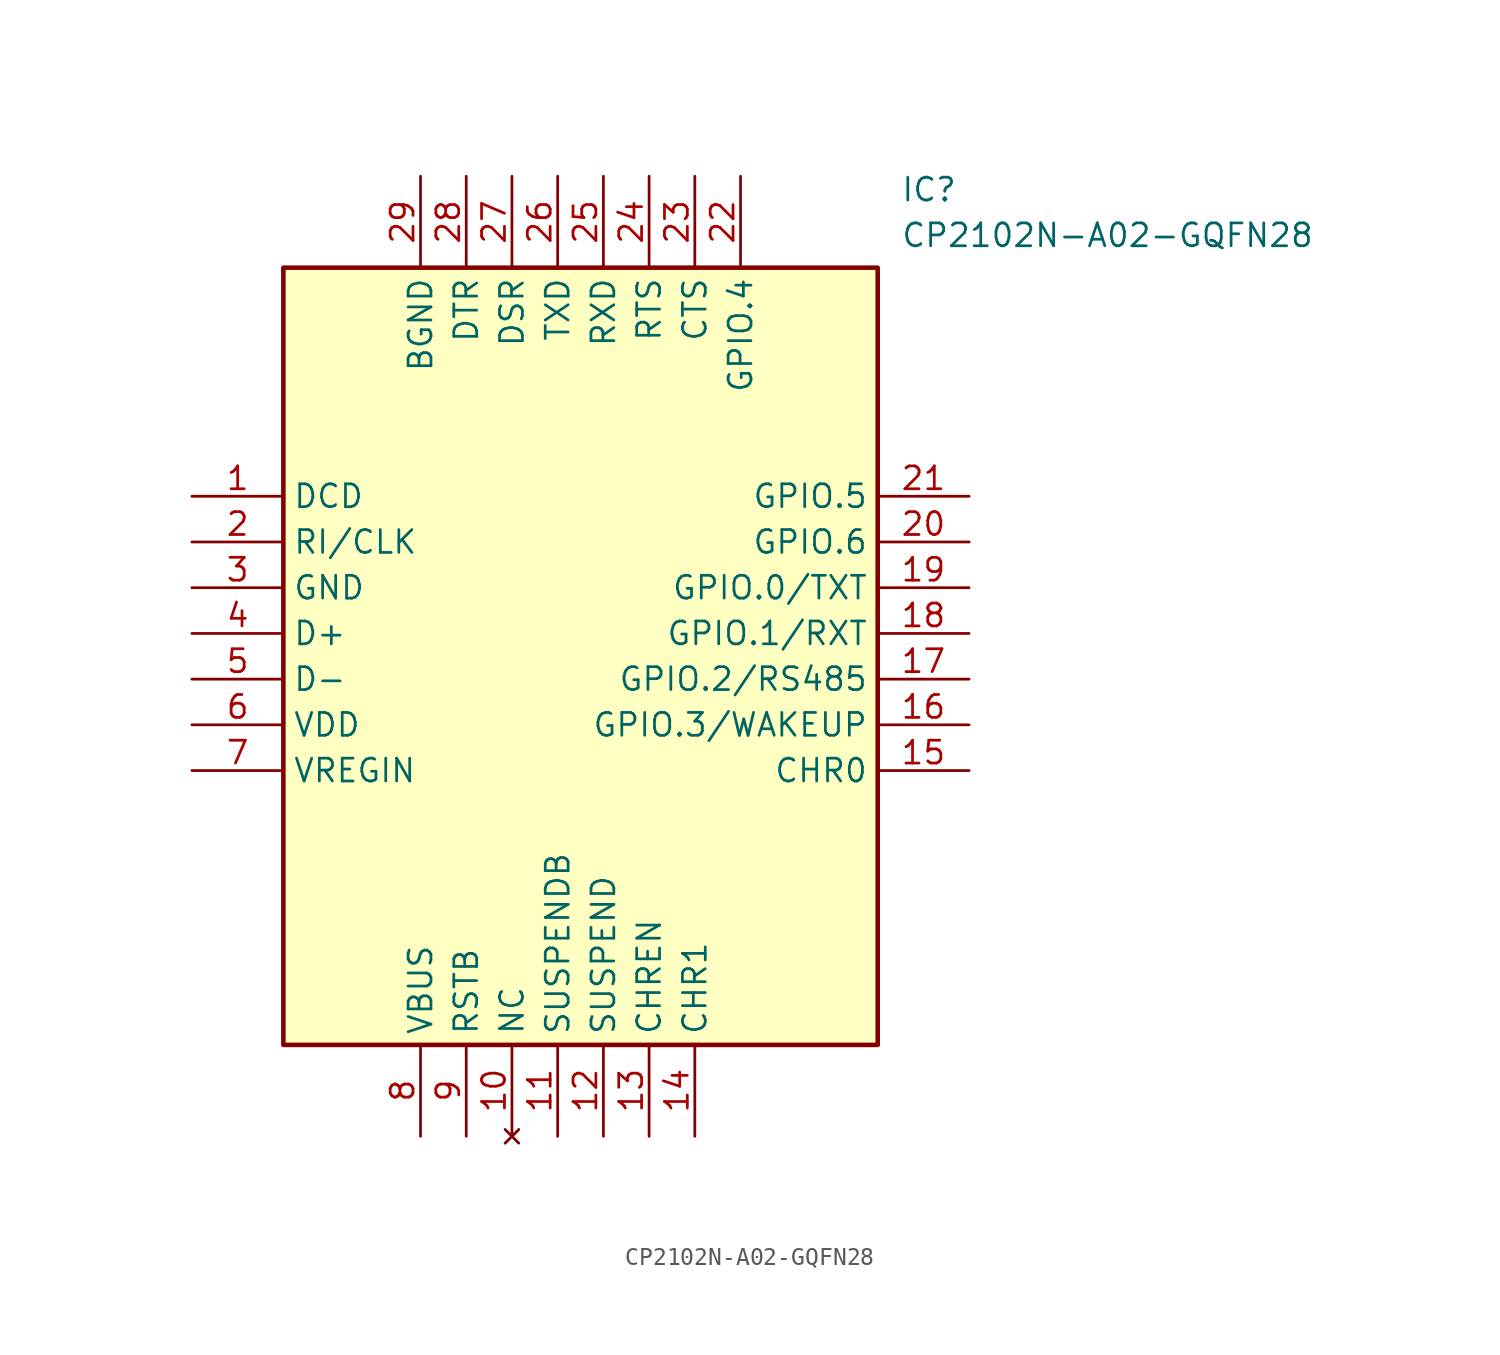
<source format=kicad_sym>
(kicad_symbol_lib
  (version 20211014)
  (generator SamacSys_ECAD_Model)
  (symbol "CP2102N-A02-GQFN28"
    (property "Reference" "IC"
      (at 39.37 17.78 0)
      (effects (font (size 1.27 1.27)) (justify left top)))
    (property "Value" "CP2102N-A02-GQFN28"
      (at 39.37 15.24 0)
      (effects (font (size 1.27 1.27)) (justify left top)))
    (rectangle
      (start 5.08 12.7)
      (end 38.1 -30.48)
      (stroke (width 0.254) (type default))
      (fill (type background)))
    (pin input line
      (at 0 0 0)
      (length 5.08)
      (name "DCD" (effects (font (size 1.27 1.27))))
      (number "1" (effects (font (size 1.27 1.27)))))
    (pin bidirectional line
      (at 0 -2.54 0)
      (length 5.08)
      (name "RI/CLK" (effects (font (size 1.27 1.27))))
      (number "2" (effects (font (size 1.27 1.27)))))
    (pin power_in line
      (at 0 -5.08 0)
      (length 5.08)
      (name "GND" (effects (font (size 1.27 1.27))))
      (number "3" (effects (font (size 1.27 1.27)))))
    (pin bidirectional line
      (at 0 -7.62 0)
      (length 5.08)
      (name "D+" (effects (font (size 1.27 1.27))))
      (number "4" (effects (font (size 1.27 1.27)))))
    (pin bidirectional line
      (at 0 -10.16 0)
      (length 5.08)
      (name "D-" (effects (font (size 1.27 1.27))))
      (number "5" (effects (font (size 1.27 1.27)))))
    (pin power_in line
      (at 0 -12.7 0)
      (length 5.08)
      (name "VDD" (effects (font (size 1.27 1.27))))
      (number "6" (effects (font (size 1.27 1.27)))))
    (pin power_in line
      (at 0 -15.24 0)
      (length 5.08)
      (name "VREGIN" (effects (font (size 1.27 1.27))))
      (number "7" (effects (font (size 1.27 1.27)))))
    (pin input line
      (at 12.7 -35.56 90)
      (length 5.08)
      (name "VBUS" (effects (font (size 1.27 1.27))))
      (number "8" (effects (font (size 1.27 1.27)))))
    (pin input line
      (at 15.24 -35.56 90)
      (length 5.08)
      (name "RSTB" (effects (font (size 1.27 1.27))))
      (number "9" (effects (font (size 1.27 1.27)))))
    (pin no_connect line
      (at 17.78 -35.56 90)
      (length 5.08)
      (name "NC" (effects (font (size 1.27 1.27))))
      (number "10" (effects (font (size 1.27 1.27)))))
    (pin output line
      (at 20.32 -35.56 90)
      (length 5.08)
      (name "SUSPENDB" (effects (font (size 1.27 1.27))))
      (number "11" (effects (font (size 1.27 1.27)))))
    (pin output line
      (at 22.86 -35.56 90)
      (length 5.08)
      (name "SUSPEND" (effects (font (size 1.27 1.27))))
      (number "12" (effects (font (size 1.27 1.27)))))
    (pin output line
      (at 25.4 -35.56 90)
      (length 5.08)
      (name "CHREN" (effects (font (size 1.27 1.27))))
      (number "13" (effects (font (size 1.27 1.27)))))
    (pin output line
      (at 27.94 -35.56 90)
      (length 5.08)
      (name "CHR1" (effects (font (size 1.27 1.27))))
      (number "14" (effects (font (size 1.27 1.27)))))
    (pin bidirectional line
      (at 43.18 0 180)
      (length 5.08)
      (name "GPIO.5" (effects (font (size 1.27 1.27))))
      (number "21" (effects (font (size 1.27 1.27)))))
    (pin bidirectional line
      (at 43.18 -2.54 180)
      (length 5.08)
      (name "GPIO.6" (effects (font (size 1.27 1.27))))
      (number "20" (effects (font (size 1.27 1.27)))))
    (pin bidirectional line
      (at 43.18 -5.08 180)
      (length 5.08)
      (name "GPIO.0/TXT" (effects (font (size 1.27 1.27))))
      (number "19" (effects (font (size 1.27 1.27)))))
    (pin bidirectional line
      (at 43.18 -7.62 180)
      (length 5.08)
      (name "GPIO.1/RXT" (effects (font (size 1.27 1.27))))
      (number "18" (effects (font (size 1.27 1.27)))))
    (pin bidirectional line
      (at 43.18 -10.16 180)
      (length 5.08)
      (name "GPIO.2/RS485" (effects (font (size 1.27 1.27))))
      (number "17" (effects (font (size 1.27 1.27)))))
    (pin bidirectional line
      (at 43.18 -12.7 180)
      (length 5.08)
      (name "GPIO.3/WAKEUP" (effects (font (size 1.27 1.27))))
      (number "16" (effects (font (size 1.27 1.27)))))
    (pin output line
      (at 43.18 -15.24 180)
      (length 5.08)
      (name "CHR0" (effects (font (size 1.27 1.27))))
      (number "15" (effects (font (size 1.27 1.27)))))
    (pin power_in line
      (at 12.7 17.78 270)
      (length 5.08)
      (name "BGND" (effects (font (size 1.27 1.27))))
      (number "29" (effects (font (size 1.27 1.27)))))
    (pin output line
      (at 15.24 17.78 270)
      (length 5.08)
      (name "DTR" (effects (font (size 1.27 1.27))))
      (number "28" (effects (font (size 1.27 1.27)))))
    (pin input line
      (at 17.78 17.78 270)
      (length 5.08)
      (name "DSR" (effects (font (size 1.27 1.27))))
      (number "27" (effects (font (size 1.27 1.27)))))
    (pin output line
      (at 20.32 17.78 270)
      (length 5.08)
      (name "TXD" (effects (font (size 1.27 1.27))))
      (number "26" (effects (font (size 1.27 1.27)))))
    (pin input line
      (at 22.86 17.78 270)
      (length 5.08)
      (name "RXD" (effects (font (size 1.27 1.27))))
      (number "25" (effects (font (size 1.27 1.27)))))
    (pin output line
      (at 25.4 17.78 270)
      (length 5.08)
      (name "RTS" (effects (font (size 1.27 1.27))))
      (number "24" (effects (font (size 1.27 1.27)))))
    (pin input line
      (at 27.94 17.78 270)
      (length 5.08)
      (name "CTS" (effects (font (size 1.27 1.27))))
      (number "23" (effects (font (size 1.27 1.27)))))
    (pin bidirectional line
      (at 30.48 17.78 270)
      (length 5.08)
      (name "GPIO.4" (effects (font (size 1.27 1.27))))
      (number "22" (effects (font (size 1.27 1.27)))))))
</source>
